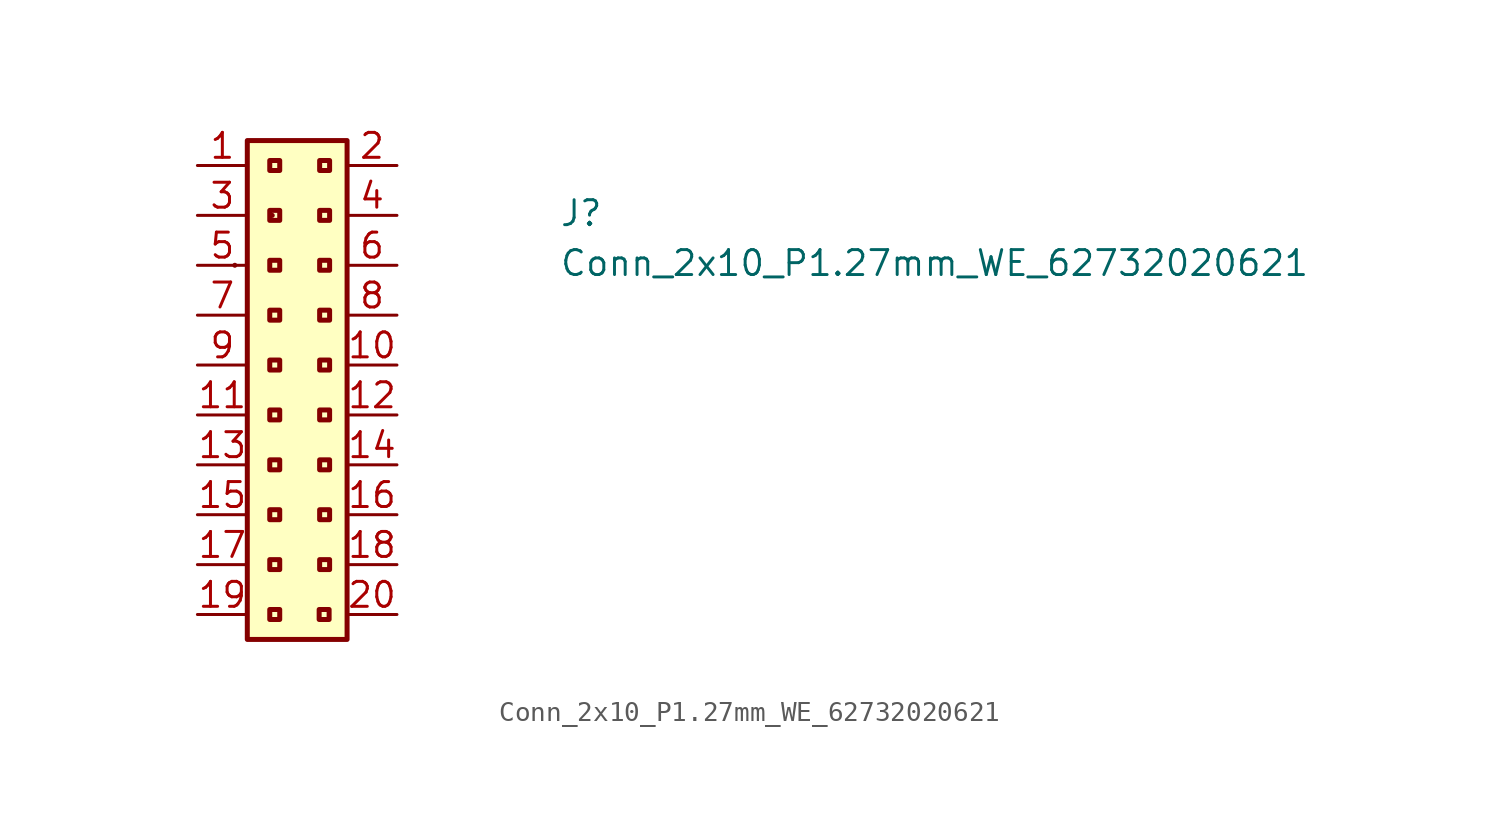
<source format=kicad_sym>
(kicad_symbol_lib
  (version 20211014)
  (generator kicad_symbol_editor)
  (symbol "Conn_2x10_P1.27mm_WE_62732020621"
    (property "Reference" "J"
      (at 18.415 -3.175 0)
      (effects (font (size 1.27 1.27) (thickness 0.15)) (justify left bottom)))
    (property "Value" "Conn_2x10_P1.27mm_WE_62732020621"
      (at 18.415 -5.715 0)
      (effects (font (size 1.27 1.27) (thickness 0.15)) (justify left bottom)))
    (symbol "Conn_2x10_P1.27mm_WE_62732020621_1_1"
      (rectangle (start 1.905 -5.08) (end 1.905 -5.08) (stroke (width 0.254) (type default) (color 0 0 0 0)) (fill (type background)))
      (rectangle (start 2.54 1.27) (end 7.62 -24.13) (stroke (width 0.254) (type default) (color 0 0 0 0)) (fill (type background)))
      (rectangle (start 3.81 -2.54) (end 3.81 -2.54) (stroke (width 0.254) (type default) (color 0 0 0 0)) (fill (type background)))
      (rectangle (start 4.191 -23.114) (end 3.683 -22.606) (stroke (width 0.254) (type default) (color 0 0 0 0)) (fill (type background)))
      (rectangle (start 4.191 -20.574) (end 3.683 -20.066) (stroke (width 0.254) (type default) (color 0 0 0 0)) (fill (type background)))
      (rectangle (start 4.191 -18.034) (end 3.683 -17.526) (stroke (width 0.254) (type default) (color 0 0 0 0)) (fill (type background)))
      (rectangle (start 4.191 -15.494) (end 3.683 -14.986) (stroke (width 0.254) (type default) (color 0 0 0 0)) (fill (type background)))
      (rectangle (start 4.191 -12.954) (end 3.683 -12.446) (stroke (width 0.254) (type default) (color 0 0 0 0)) (fill (type background)))
      (rectangle (start 4.191 -10.414) (end 3.683 -9.906) (stroke (width 0.254) (type default) (color 0 0 0 0)) (fill (type background)))
      (rectangle (start 4.191 -7.874) (end 3.683 -7.366) (stroke (width 0.254) (type default) (color 0 0 0 0)) (fill (type background)))
      (rectangle (start 4.191 -5.334) (end 3.683 -4.826) (stroke (width 0.254) (type default) (color 0 0 0 0)) (fill (type background)))
      (rectangle (start 4.191 -2.794) (end 3.683 -2.286) (stroke (width 0.254) (type default) (color 0 0 0 0)) (fill (type background)))
      (rectangle (start 4.191 -0.254) (end 3.683 0.254) (stroke (width 0.254) (type default) (color 0 0 0 0)) (fill (type background)))
      (rectangle (start 6.706 -23.114) (end 6.198 -22.606) (stroke (width 0.254) (type default) (color 0 0 0 0)) (fill (type background)))
      (rectangle (start 6.731 -20.574) (end 6.223 -20.066) (stroke (width 0.254) (type default) (color 0 0 0 0)) (fill (type background)))
      (rectangle (start 6.731 -18.034) (end 6.223 -17.526) (stroke (width 0.254) (type default) (color 0 0 0 0)) (fill (type background)))
      (rectangle (start 6.731 -15.494) (end 6.223 -14.986) (stroke (width 0.254) (type default) (color 0 0 0 0)) (fill (type background)))
      (rectangle (start 6.731 -12.954) (end 6.223 -12.446) (stroke (width 0.254) (type default) (color 0 0 0 0)) (fill (type background)))
      (rectangle (start 6.731 -10.414) (end 6.223 -9.906) (stroke (width 0.254) (type default) (color 0 0 0 0)) (fill (type background)))
      (rectangle (start 6.731 -7.874) (end 6.223 -7.366) (stroke (width 0.254) (type default) (color 0 0 0 0)) (fill (type background)))
      (rectangle (start 6.731 -5.334) (end 6.223 -4.826) (stroke (width 0.254) (type default) (color 0 0 0 0)) (fill (type background)))
      (rectangle (start 6.731 -2.794) (end 6.223 -2.286) (stroke (width 0.254) (type default) (color 0 0 0 0)) (fill (type background)))
      (rectangle (start 6.731 -0.254) (end 6.223 0.254) (stroke (width 0.254) (type default) (color 0 0 0 0)) (fill (type background)))
      (pin passive line (at 0 0 0) (length 2.54) (name "~" (effects (font (size 1.27 1.27)))) (number "1" (effects (font (size 1.27 1.27)))))
      (pin passive line (at 10.16 -10.16 180) (length 2.54) (name "~" (effects (font (size 1.27 1.27)))) (number "10" (effects (font (size 1.27 1.27)))))
      (pin passive line (at 0 -12.7 0) (length 2.54) (name "~" (effects (font (size 1.27 1.27)))) (number "11" (effects (font (size 1.27 1.27)))))
      (pin passive line (at 10.16 -12.7 180) (length 2.54) (name "~" (effects (font (size 1.27 1.27)))) (number "12" (effects (font (size 1.27 1.27)))))
      (pin passive line (at 0 -15.24 0) (length 2.54) (name "~" (effects (font (size 1.27 1.27)))) (number "13" (effects (font (size 1.27 1.27)))))
      (pin passive line (at 10.16 -15.24 180) (length 2.54) (name "~" (effects (font (size 1.27 1.27)))) (number "14" (effects (font (size 1.27 1.27)))))
      (pin passive line (at 0 -17.78 0) (length 2.54) (name "~" (effects (font (size 1.27 1.27)))) (number "15" (effects (font (size 1.27 1.27)))))
      (pin passive line (at 10.16 -17.78 180) (length 2.54) (name "~" (effects (font (size 1.27 1.27)))) (number "16" (effects (font (size 1.27 1.27)))))
      (pin passive line (at 0 -20.32 0) (length 2.54) (name "~" (effects (font (size 1.27 1.27)))) (number "17" (effects (font (size 1.27 1.27)))))
      (pin passive line (at 10.16 -20.32 180) (length 2.54) (name "~" (effects (font (size 1.27 1.27)))) (number "18" (effects (font (size 1.27 1.27)))))
      (pin passive line (at 0 -22.86 0) (length 2.54) (name "~" (effects (font (size 1.27 1.27)))) (number "19" (effects (font (size 1.27 1.27)))))
      (pin passive line (at 10.16 0 180) (length 2.54) (name "~" (effects (font (size 1.27 1.27)))) (number "2" (effects (font (size 1.27 1.27)))))
      (pin passive line (at 10.16 -22.86 180) (length 2.54) (name "~" (effects (font (size 1.27 1.27)))) (number "20" (effects (font (size 1.27 1.27)))))
      (pin passive line (at 0 -2.54 0) (length 2.54) (name "~" (effects (font (size 1.27 1.27)))) (number "3" (effects (font (size 1.27 1.27)))))
      (pin passive line (at 10.16 -2.54 180) (length 2.54) (name "~" (effects (font (size 1.27 1.27)))) (number "4" (effects (font (size 1.27 1.27)))))
      (pin passive line (at 0 -5.08 0) (length 2.54) (name "~" (effects (font (size 1.27 1.27)))) (number "5" (effects (font (size 1.27 1.27)))))
      (pin passive line (at 10.16 -5.08 180) (length 2.54) (name "~" (effects (font (size 1.27 1.27)))) (number "6" (effects (font (size 1.27 1.27)))))
      (pin passive line (at 0 -7.62 0) (length 2.54) (name "~" (effects (font (size 1.27 1.27)))) (number "7" (effects (font (size 1.27 1.27)))))
      (pin passive line (at 10.16 -7.62 180) (length 2.54) (name "~" (effects (font (size 1.27 1.27)))) (number "8" (effects (font (size 1.27 1.27)))))
      (pin passive line (at 0 -10.16 0) (length 2.54) (name "~" (effects (font (size 1.27 1.27)))) (number "9" (effects (font (size 1.27 1.27))))))))
</source>
